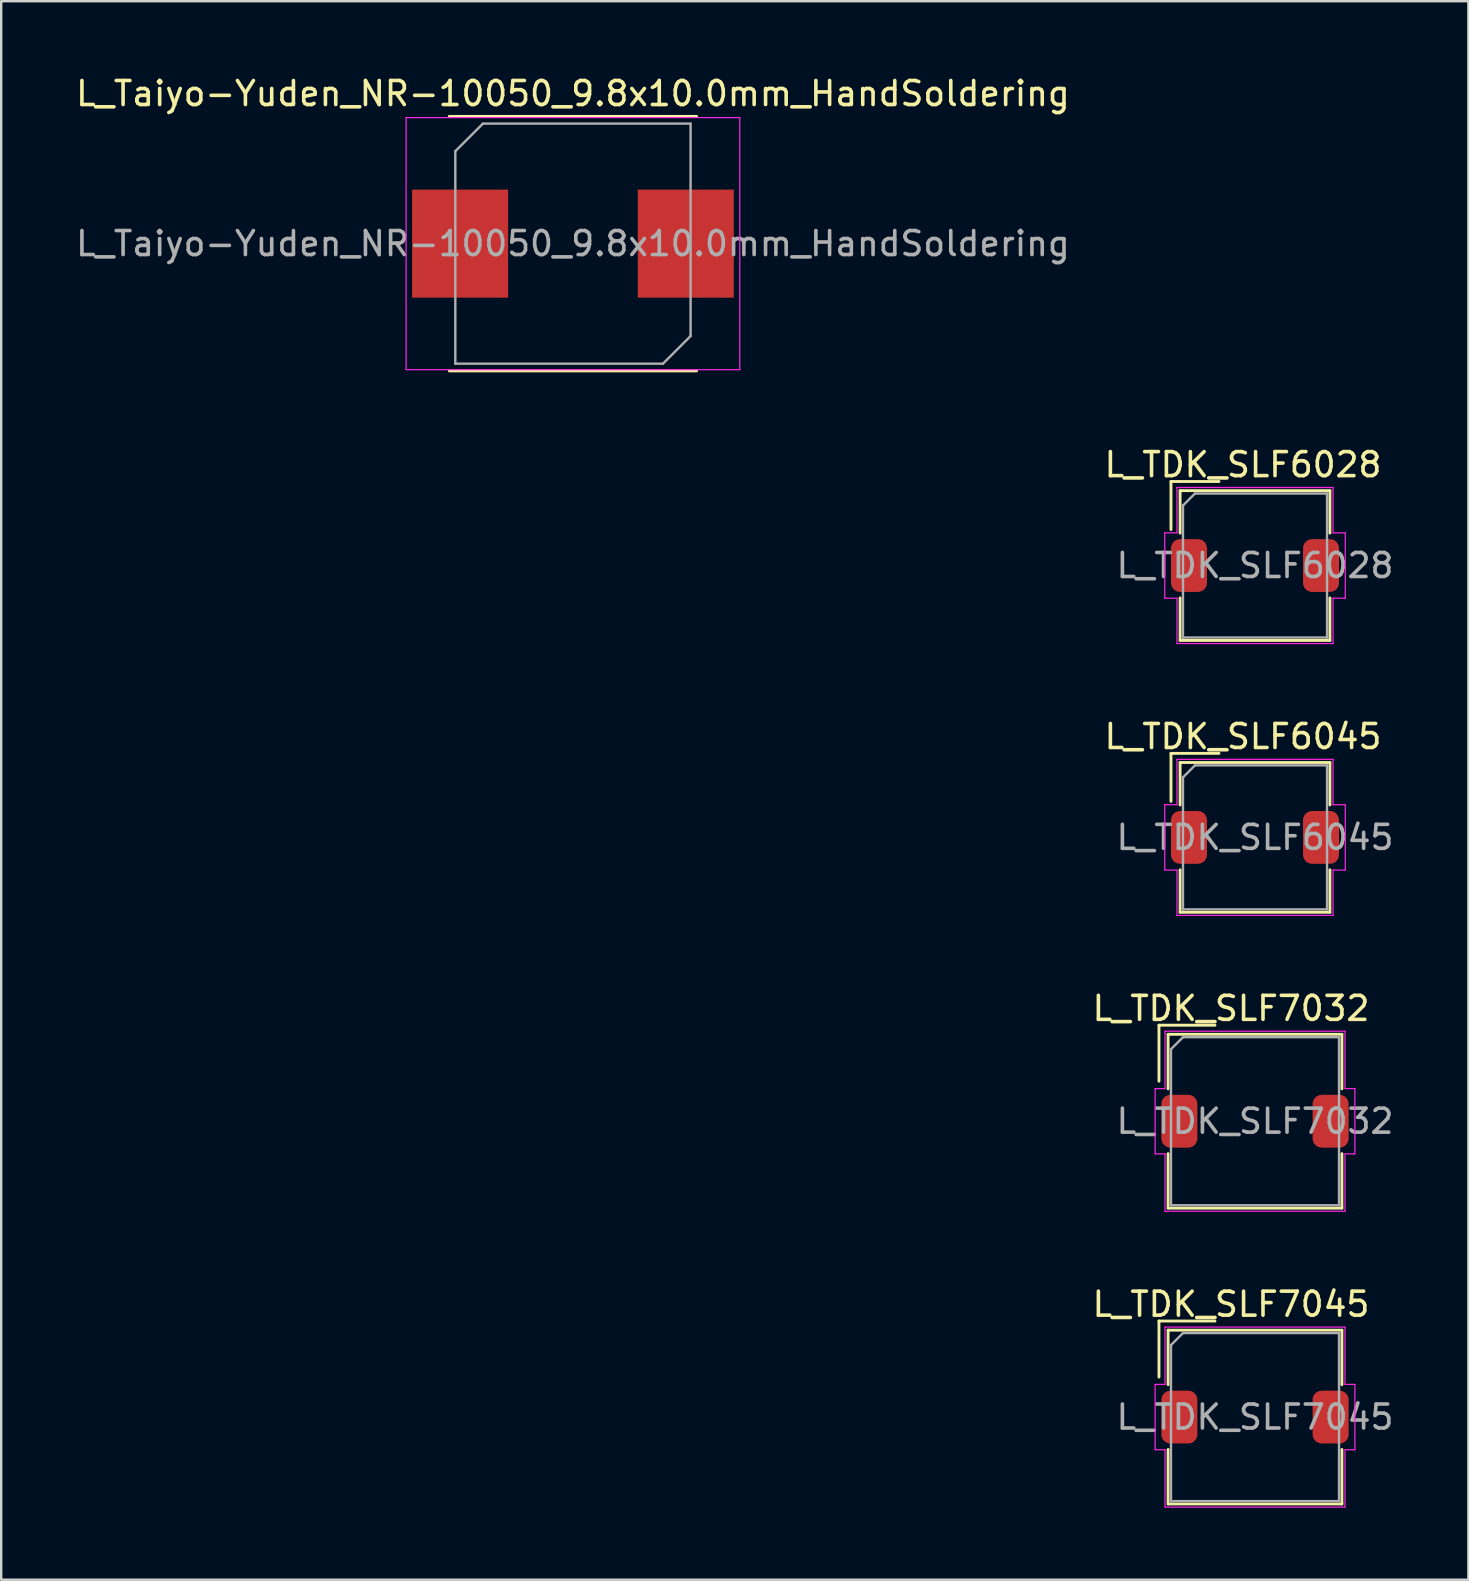
<source format=kicad_pcb>
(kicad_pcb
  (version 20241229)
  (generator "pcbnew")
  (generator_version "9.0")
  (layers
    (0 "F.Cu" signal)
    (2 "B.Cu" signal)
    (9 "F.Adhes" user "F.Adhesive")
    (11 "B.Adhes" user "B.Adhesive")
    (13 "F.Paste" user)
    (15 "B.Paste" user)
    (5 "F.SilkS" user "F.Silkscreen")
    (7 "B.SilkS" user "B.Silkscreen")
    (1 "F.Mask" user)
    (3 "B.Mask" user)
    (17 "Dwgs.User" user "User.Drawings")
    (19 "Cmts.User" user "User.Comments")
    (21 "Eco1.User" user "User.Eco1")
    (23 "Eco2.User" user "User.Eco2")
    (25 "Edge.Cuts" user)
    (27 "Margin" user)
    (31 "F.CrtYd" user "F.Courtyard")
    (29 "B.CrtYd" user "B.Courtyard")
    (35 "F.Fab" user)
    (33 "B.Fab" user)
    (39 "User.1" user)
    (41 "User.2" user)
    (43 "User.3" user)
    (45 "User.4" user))
  (footprint "L_TDK_SLF6028"
    (layer "F.Cu")
    (at 49.225 20.506)
    (property "Reference" "L_TDK_SLF6028" (at -0.5 -4.2 0) (layer "F.SilkS") (effects (font (size 1 1) (thickness 0.15))))
    (attr smd)
    (fp_line (start -3.5 -3.5) (end -1.5 -3.5) (stroke (width 0.12) (type solid)) (layer "F.SilkS"))
    (fp_line (start -3.5 -1.5) (end -3.5 -3.5) (stroke (width 0.12) (type solid)) (layer "F.SilkS"))
    (fp_line (start -3.12 -3.12) (end -3.12 -1.35) (stroke (width 0.12) (type solid)) (layer "F.SilkS"))
    (fp_line (start -3.12 -3.12) (end 3.12 -3.12) (stroke (width 0.12) (type solid)) (layer "F.SilkS"))
    (fp_line (start -3.12 1.35) (end -3.12 3.12) (stroke (width 0.12) (type solid)) (layer "F.SilkS"))
    (fp_line (start -3.12 3.12) (end 3.12 3.12) (stroke (width 0.12) (type solid)) (layer "F.SilkS"))
    (fp_line (start 3.12 -3.12) (end 3.12 -1.35) (stroke (width 0.12) (type solid)) (layer "F.SilkS"))
    (fp_line (start 3.12 1.35) (end 3.12 3.12) (stroke (width 0.12) (type solid)) (layer "F.SilkS"))
    (fp_line (start -3.76 -1.36) (end -3.76 1.36) (stroke (width 0.05) (type solid)) (layer "F.CrtYd"))
    (fp_line (start -3.76 1.36) (end -3.25 1.36) (stroke (width 0.05) (type solid)) (layer "F.CrtYd"))
    (fp_line (start -3.25 -3.25) (end -3.25 -1.36) (stroke (width 0.05) (type solid)) (layer "F.CrtYd"))
    (fp_line (start -3.25 -3.25) (end 3.25 -3.25) (stroke (width 0.05) (type solid)) (layer "F.CrtYd"))
    (fp_line (start -3.25 -1.36) (end -3.76 -1.36) (stroke (width 0.05) (type solid)) (layer "F.CrtYd"))
    (fp_line (start -3.25 1.36) (end -3.25 3.25) (stroke (width 0.05) (type solid)) (layer "F.CrtYd"))
    (fp_line (start -3.25 3.25) (end 3.25 3.25) (stroke (width 0.05) (type solid)) (layer "F.CrtYd"))
    (fp_line (start 3.25 -3.25) (end 3.25 -1.36) (stroke (width 0.05) (type solid)) (layer "F.CrtYd"))
    (fp_line (start 3.25 -1.36) (end 3.76 -1.36) (stroke (width 0.05) (type solid)) (layer "F.CrtYd"))
    (fp_line (start 3.25 1.36) (end 3.25 3.25) (stroke (width 0.05) (type solid)) (layer "F.CrtYd"))
    (fp_line (start 3.76 -1.36) (end 3.76 1.36) (stroke (width 0.05) (type solid)) (layer "F.CrtYd"))
    (fp_line (start 3.76 1.36) (end 3.25 1.36) (stroke (width 0.05) (type solid)) (layer "F.CrtYd"))
    (fp_line (start -3 -2.5) (end -2.5 -3) (stroke (width 0.1) (type solid)) (layer "F.Fab"))
    (fp_line (start -3 3) (end -3 -2.5) (stroke (width 0.1) (type solid)) (layer "F.Fab"))
    (fp_line (start -2.5 -3) (end 3 -3) (stroke (width 0.1) (type solid)) (layer "F.Fab"))
    (fp_line (start 3 -3) (end 3 3) (stroke (width 0.1) (type solid)) (layer "F.Fab"))
    (fp_line (start 3 3) (end -3 3) (stroke (width 0.1) (type solid)) (layer "F.Fab"))
    (fp_text user "" (at -49 0.05 0) (layer "F.SilkS") (effects (font (size 3 3) (thickness 0.15))))
    (fp_text user "${REFERENCE}" (at 0 0 0) (layer "F.Fab") (effects (font (size 1 1) (thickness 0.15))))
    (pad "1" smd roundrect (at -2.75 0) (size 1.5 2.2) (layers "F.Cu" "F.Mask" "F.Paste") (roundrect_rratio 0.25))
    (pad "2" smd roundrect (at 2.75 0) (size 1.5 2.2) (layers "F.Cu" "F.Mask" "F.Paste") (roundrect_rratio 0.25)))
  (footprint "L_TDK_SLF7032"
    (layer "F.Cu")
    (at 49.225 43.653)
    (property "Reference" "L_TDK_SLF7032" (at -1 -4.7 0) (layer "F.SilkS") (effects (font (size 1 1) (thickness 0.15))))
    (attr smd)
    (fp_line (start -4 -4) (end -1.667 -4) (stroke (width 0.12) (type solid)) (layer "F.SilkS"))
    (fp_line (start -4 -1.667) (end -4 -4) (stroke (width 0.12) (type solid)) (layer "F.SilkS"))
    (fp_line (start -3.62 -3.62) (end -3.62 -1.35) (stroke (width 0.12) (type solid)) (layer "F.SilkS"))
    (fp_line (start -3.62 -3.62) (end 3.62 -3.62) (stroke (width 0.12) (type solid)) (layer "F.SilkS"))
    (fp_line (start -3.62 1.35) (end -3.62 3.62) (stroke (width 0.12) (type solid)) (layer "F.SilkS"))
    (fp_line (start -3.62 3.62) (end 3.62 3.62) (stroke (width 0.12) (type solid)) (layer "F.SilkS"))
    (fp_line (start 3.62 -3.62) (end 3.62 -1.35) (stroke (width 0.12) (type solid)) (layer "F.SilkS"))
    (fp_line (start 3.62 1.35) (end 3.62 3.62) (stroke (width 0.12) (type solid)) (layer "F.SilkS"))
    (fp_line (start -4.16 -1.36) (end -4.16 1.36) (stroke (width 0.05) (type solid)) (layer "F.CrtYd"))
    (fp_line (start -4.16 1.36) (end -3.75 1.36) (stroke (width 0.05) (type solid)) (layer "F.CrtYd"))
    (fp_line (start -3.75 -3.75) (end -3.75 -1.36) (stroke (width 0.05) (type solid)) (layer "F.CrtYd"))
    (fp_line (start -3.75 -3.75) (end 3.75 -3.75) (stroke (width 0.05) (type solid)) (layer "F.CrtYd"))
    (fp_line (start -3.75 -1.36) (end -4.16 -1.36) (stroke (width 0.05) (type solid)) (layer "F.CrtYd"))
    (fp_line (start -3.75 1.36) (end -3.75 3.75) (stroke (width 0.05) (type solid)) (layer "F.CrtYd"))
    (fp_line (start -3.75 3.75) (end 3.75 3.75) (stroke (width 0.05) (type solid)) (layer "F.CrtYd"))
    (fp_line (start 3.75 -3.75) (end 3.75 -1.36) (stroke (width 0.05) (type solid)) (layer "F.CrtYd"))
    (fp_line (start 3.75 -1.36) (end 4.16 -1.36) (stroke (width 0.05) (type solid)) (layer "F.CrtYd"))
    (fp_line (start 3.75 1.36) (end 3.75 3.75) (stroke (width 0.05) (type solid)) (layer "F.CrtYd"))
    (fp_line (start 4.16 -1.36) (end 4.16 1.36) (stroke (width 0.05) (type solid)) (layer "F.CrtYd"))
    (fp_line (start 4.16 1.36) (end 3.75 1.36) (stroke (width 0.05) (type solid)) (layer "F.CrtYd"))
    (fp_line (start -3.5 -3) (end -3 -3.5) (stroke (width 0.1) (type solid)) (layer "F.Fab"))
    (fp_line (start -3.5 3.5) (end -3.5 -3) (stroke (width 0.1) (type solid)) (layer "F.Fab"))
    (fp_line (start -3 -3.5) (end 3.5 -3.5) (stroke (width 0.1) (type solid)) (layer "F.Fab"))
    (fp_line (start 3.5 -3.5) (end 3.5 3.5) (stroke (width 0.1) (type solid)) (layer "F.Fab"))
    (fp_line (start 3.5 3.5) (end -3.5 3.5) (stroke (width 0.1) (type solid)) (layer "F.Fab"))
    (fp_text user "" (at -49 0.05 0) (layer "F.SilkS") (effects (font (size 3 3) (thickness 0.15))))
    (fp_text user "${REFERENCE}" (at 0 0 0) (layer "F.Fab") (effects (font (size 1 1) (thickness 0.15))))
    (pad "1" smd roundrect (at -3.15 0) (size 1.5 2.2) (layers "F.Cu" "F.Mask" "F.Paste") (roundrect_rratio 0.25))
    (pad "2" smd roundrect (at 3.15 0) (size 1.5 2.2) (layers "F.Cu" "F.Mask" "F.Paste") (roundrect_rratio 0.25)))
  (footprint "L_Taiyo-Yuden_NR-10050_9.8x10.0mm_HandSoldering"
    (layer "F.Cu")
    (at 20.815 7.098)
    (property "Reference" "L_Taiyo-Yuden_NR-10050_9.8x10.0mm_HandSoldering" (at 0 -6.25 0) (layer "F.SilkS") (effects (font (size 1 1) (thickness 0.15))))
    (attr smd)
    (fp_line (start -5.15 -5.3) (end 5.15 -5.3) (stroke (width 0.12) (type solid)) (layer "F.SilkS"))
    (fp_line (start -5.15 5.3) (end 5.15 5.3) (stroke (width 0.12) (type solid)) (layer "F.SilkS"))
    (fp_line (start -6.95 -5.25) (end -6.95 5.25) (stroke (width 0.05) (type solid)) (layer "F.CrtYd"))
    (fp_line (start -6.95 5.25) (end 6.95 5.25) (stroke (width 0.05) (type solid)) (layer "F.CrtYd"))
    (fp_line (start 6.95 -5.25) (end -6.95 -5.25) (stroke (width 0.05) (type solid)) (layer "F.CrtYd"))
    (fp_line (start 6.95 5.25) (end 6.95 -5.25) (stroke (width 0.05) (type solid)) (layer "F.CrtYd"))
    (fp_line (start -4.9 -3.85) (end -4.9 5) (stroke (width 0.1) (type solid)) (layer "F.Fab"))
    (fp_line (start -4.9 -3.85) (end -3.75 -5) (stroke (width 0.1) (type solid)) (layer "F.Fab"))
    (fp_line (start -4.9 5) (end 3.75 5) (stroke (width 0.1) (type solid)) (layer "F.Fab"))
    (fp_line (start 3.75 5) (end 4.9 3.85) (stroke (width 0.1) (type solid)) (layer "F.Fab"))
    (fp_line (start 4.9 -5) (end -3.75 -5) (stroke (width 0.1) (type solid)) (layer "F.Fab"))
    (fp_line (start 4.9 3.85) (end 4.9 -5) (stroke (width 0.1) (type solid)) (layer "F.Fab"))
    (fp_text user "${REFERENCE}" (at 0 0 0) (layer "F.Fab") (effects (font (size 1 1) (thickness 0.15))))
    (pad "1" smd rect (at -4.7 0) (size 4 4.5) (layers "F.Cu" "F.Mask" "F.Paste"))
    (pad "2" smd rect (at 4.7 0) (size 4 4.5) (layers "F.Cu" "F.Mask" "F.Paste")))
  (footprint "L_TDK_SLF7045"
    (layer "F.Cu")
    (at 49.225 55.976)
    (property "Reference" "L_TDK_SLF7045" (at -1 -4.7 0) (layer "F.SilkS") (effects (font (size 1 1) (thickness 0.15))))
    (attr smd)
    (fp_line (start -4 -4) (end -1.667 -4) (stroke (width 0.12) (type solid)) (layer "F.SilkS"))
    (fp_line (start -4 -1.667) (end -4 -4) (stroke (width 0.12) (type solid)) (layer "F.SilkS"))
    (fp_line (start -3.62 -3.62) (end -3.62 -1.35) (stroke (width 0.12) (type solid)) (layer "F.SilkS"))
    (fp_line (start -3.62 -3.62) (end 3.62 -3.62) (stroke (width 0.12) (type solid)) (layer "F.SilkS"))
    (fp_line (start -3.62 1.35) (end -3.62 3.62) (stroke (width 0.12) (type solid)) (layer "F.SilkS"))
    (fp_line (start -3.62 3.62) (end 3.62 3.62) (stroke (width 0.12) (type solid)) (layer "F.SilkS"))
    (fp_line (start 3.62 -3.62) (end 3.62 -1.35) (stroke (width 0.12) (type solid)) (layer "F.SilkS"))
    (fp_line (start 3.62 1.35) (end 3.62 3.62) (stroke (width 0.12) (type solid)) (layer "F.SilkS"))
    (fp_line (start -4.16 -1.36) (end -4.16 1.36) (stroke (width 0.05) (type solid)) (layer "F.CrtYd"))
    (fp_line (start -4.16 1.36) (end -3.75 1.36) (stroke (width 0.05) (type solid)) (layer "F.CrtYd"))
    (fp_line (start -3.75 -3.75) (end -3.75 -1.36) (stroke (width 0.05) (type solid)) (layer "F.CrtYd"))
    (fp_line (start -3.75 -3.75) (end 3.75 -3.75) (stroke (width 0.05) (type solid)) (layer "F.CrtYd"))
    (fp_line (start -3.75 -1.36) (end -4.16 -1.36) (stroke (width 0.05) (type solid)) (layer "F.CrtYd"))
    (fp_line (start -3.75 1.36) (end -3.75 3.75) (stroke (width 0.05) (type solid)) (layer "F.CrtYd"))
    (fp_line (start -3.75 3.75) (end 3.75 3.75) (stroke (width 0.05) (type solid)) (layer "F.CrtYd"))
    (fp_line (start 3.75 -3.75) (end 3.75 -1.36) (stroke (width 0.05) (type solid)) (layer "F.CrtYd"))
    (fp_line (start 3.75 -1.36) (end 4.16 -1.36) (stroke (width 0.05) (type solid)) (layer "F.CrtYd"))
    (fp_line (start 3.75 1.36) (end 3.75 3.75) (stroke (width 0.05) (type solid)) (layer "F.CrtYd"))
    (fp_line (start 4.16 -1.36) (end 4.16 1.36) (stroke (width 0.05) (type solid)) (layer "F.CrtYd"))
    (fp_line (start 4.16 1.36) (end 3.75 1.36) (stroke (width 0.05) (type solid)) (layer "F.CrtYd"))
    (fp_line (start -3.5 -3) (end -3 -3.5) (stroke (width 0.1) (type solid)) (layer "F.Fab"))
    (fp_line (start -3.5 3.5) (end -3.5 -3) (stroke (width 0.1) (type solid)) (layer "F.Fab"))
    (fp_line (start -3 -3.5) (end 3.5 -3.5) (stroke (width 0.1) (type solid)) (layer "F.Fab"))
    (fp_line (start 3.5 -3.5) (end 3.5 3.5) (stroke (width 0.1) (type solid)) (layer "F.Fab"))
    (fp_line (start 3.5 3.5) (end -3.5 3.5) (stroke (width 0.1) (type solid)) (layer "F.Fab"))
    (fp_text user "" (at -49 0.05 0) (layer "F.SilkS") (effects (font (size 3 3) (thickness 0.15))))
    (fp_text user "${REFERENCE}" (at 0 0 0) (layer "F.Fab") (effects (font (size 1 1) (thickness 0.15))))
    (pad "1" smd roundrect (at -3.15 0) (size 1.5 2.2) (layers "F.Cu" "F.Mask" "F.Paste") (roundrect_rratio 0.25))
    (pad "2" smd roundrect (at 3.15 0) (size 1.5 2.2) (layers "F.Cu" "F.Mask" "F.Paste") (roundrect_rratio 0.25)))
  (footprint "L_TDK_SLF6045"
    (layer "F.Cu")
    (at 49.225 31.83)
    (property "Reference" "L_TDK_SLF6045" (at -0.5 -4.2 0) (layer "F.SilkS") (effects (font (size 1 1) (thickness 0.15))))
    (attr smd)
    (fp_line (start -3.5 -3.5) (end -1.5 -3.5) (stroke (width 0.12) (type solid)) (layer "F.SilkS"))
    (fp_line (start -3.5 -1.5) (end -3.5 -3.5) (stroke (width 0.12) (type solid)) (layer "F.SilkS"))
    (fp_line (start -3.12 -3.12) (end -3.12 -1.35) (stroke (width 0.12) (type solid)) (layer "F.SilkS"))
    (fp_line (start -3.12 -3.12) (end 3.12 -3.12) (stroke (width 0.12) (type solid)) (layer "F.SilkS"))
    (fp_line (start -3.12 1.35) (end -3.12 3.12) (stroke (width 0.12) (type solid)) (layer "F.SilkS"))
    (fp_line (start -3.12 3.12) (end 3.12 3.12) (stroke (width 0.12) (type solid)) (layer "F.SilkS"))
    (fp_line (start 3.12 -3.12) (end 3.12 -1.35) (stroke (width 0.12) (type solid)) (layer "F.SilkS"))
    (fp_line (start 3.12 1.35) (end 3.12 3.12) (stroke (width 0.12) (type solid)) (layer "F.SilkS"))
    (fp_line (start -3.76 -1.36) (end -3.76 1.36) (stroke (width 0.05) (type solid)) (layer "F.CrtYd"))
    (fp_line (start -3.76 1.36) (end -3.25 1.36) (stroke (width 0.05) (type solid)) (layer "F.CrtYd"))
    (fp_line (start -3.25 -3.25) (end -3.25 -1.36) (stroke (width 0.05) (type solid)) (layer "F.CrtYd"))
    (fp_line (start -3.25 -3.25) (end 3.25 -3.25) (stroke (width 0.05) (type solid)) (layer "F.CrtYd"))
    (fp_line (start -3.25 -1.36) (end -3.76 -1.36) (stroke (width 0.05) (type solid)) (layer "F.CrtYd"))
    (fp_line (start -3.25 1.36) (end -3.25 3.25) (stroke (width 0.05) (type solid)) (layer "F.CrtYd"))
    (fp_line (start -3.25 3.25) (end 3.25 3.25) (stroke (width 0.05) (type solid)) (layer "F.CrtYd"))
    (fp_line (start 3.25 -3.25) (end 3.25 -1.36) (stroke (width 0.05) (type solid)) (layer "F.CrtYd"))
    (fp_line (start 3.25 -1.36) (end 3.76 -1.36) (stroke (width 0.05) (type solid)) (layer "F.CrtYd"))
    (fp_line (start 3.25 1.36) (end 3.25 3.25) (stroke (width 0.05) (type solid)) (layer "F.CrtYd"))
    (fp_line (start 3.76 -1.36) (end 3.76 1.36) (stroke (width 0.05) (type solid)) (layer "F.CrtYd"))
    (fp_line (start 3.76 1.36) (end 3.25 1.36) (stroke (width 0.05) (type solid)) (layer "F.CrtYd"))
    (fp_line (start -3 -2.5) (end -2.5 -3) (stroke (width 0.1) (type solid)) (layer "F.Fab"))
    (fp_line (start -3 3) (end -3 -2.5) (stroke (width 0.1) (type solid)) (layer "F.Fab"))
    (fp_line (start -2.5 -3) (end 3 -3) (stroke (width 0.1) (type solid)) (layer "F.Fab"))
    (fp_line (start 3 -3) (end 3 3) (stroke (width 0.1) (type solid)) (layer "F.Fab"))
    (fp_line (start 3 3) (end -3 3) (stroke (width 0.1) (type solid)) (layer "F.Fab"))
    (fp_text user "" (at -49 0.05 0) (layer "F.SilkS") (effects (font (size 3 3) (thickness 0.15))))
    (fp_text user "${REFERENCE}" (at 0 0 0) (layer "F.Fab") (effects (font (size 1 1) (thickness 0.15))))
    (pad "1" smd roundrect (at -2.75 0) (size 1.5 2.2) (layers "F.Cu" "F.Mask" "F.Paste") (roundrect_rratio 0.25))
    (pad "2" smd roundrect (at 2.75 0) (size 1.5 2.2) (layers "F.Cu" "F.Mask" "F.Paste") (roundrect_rratio 0.25)))
  (gr_rect
    (start -3 -3)
    (end 58.112 62.751)
    (stroke (width 0.1) (type default))
    (fill no)
    (layer "Edge.Cuts")))
</source>
